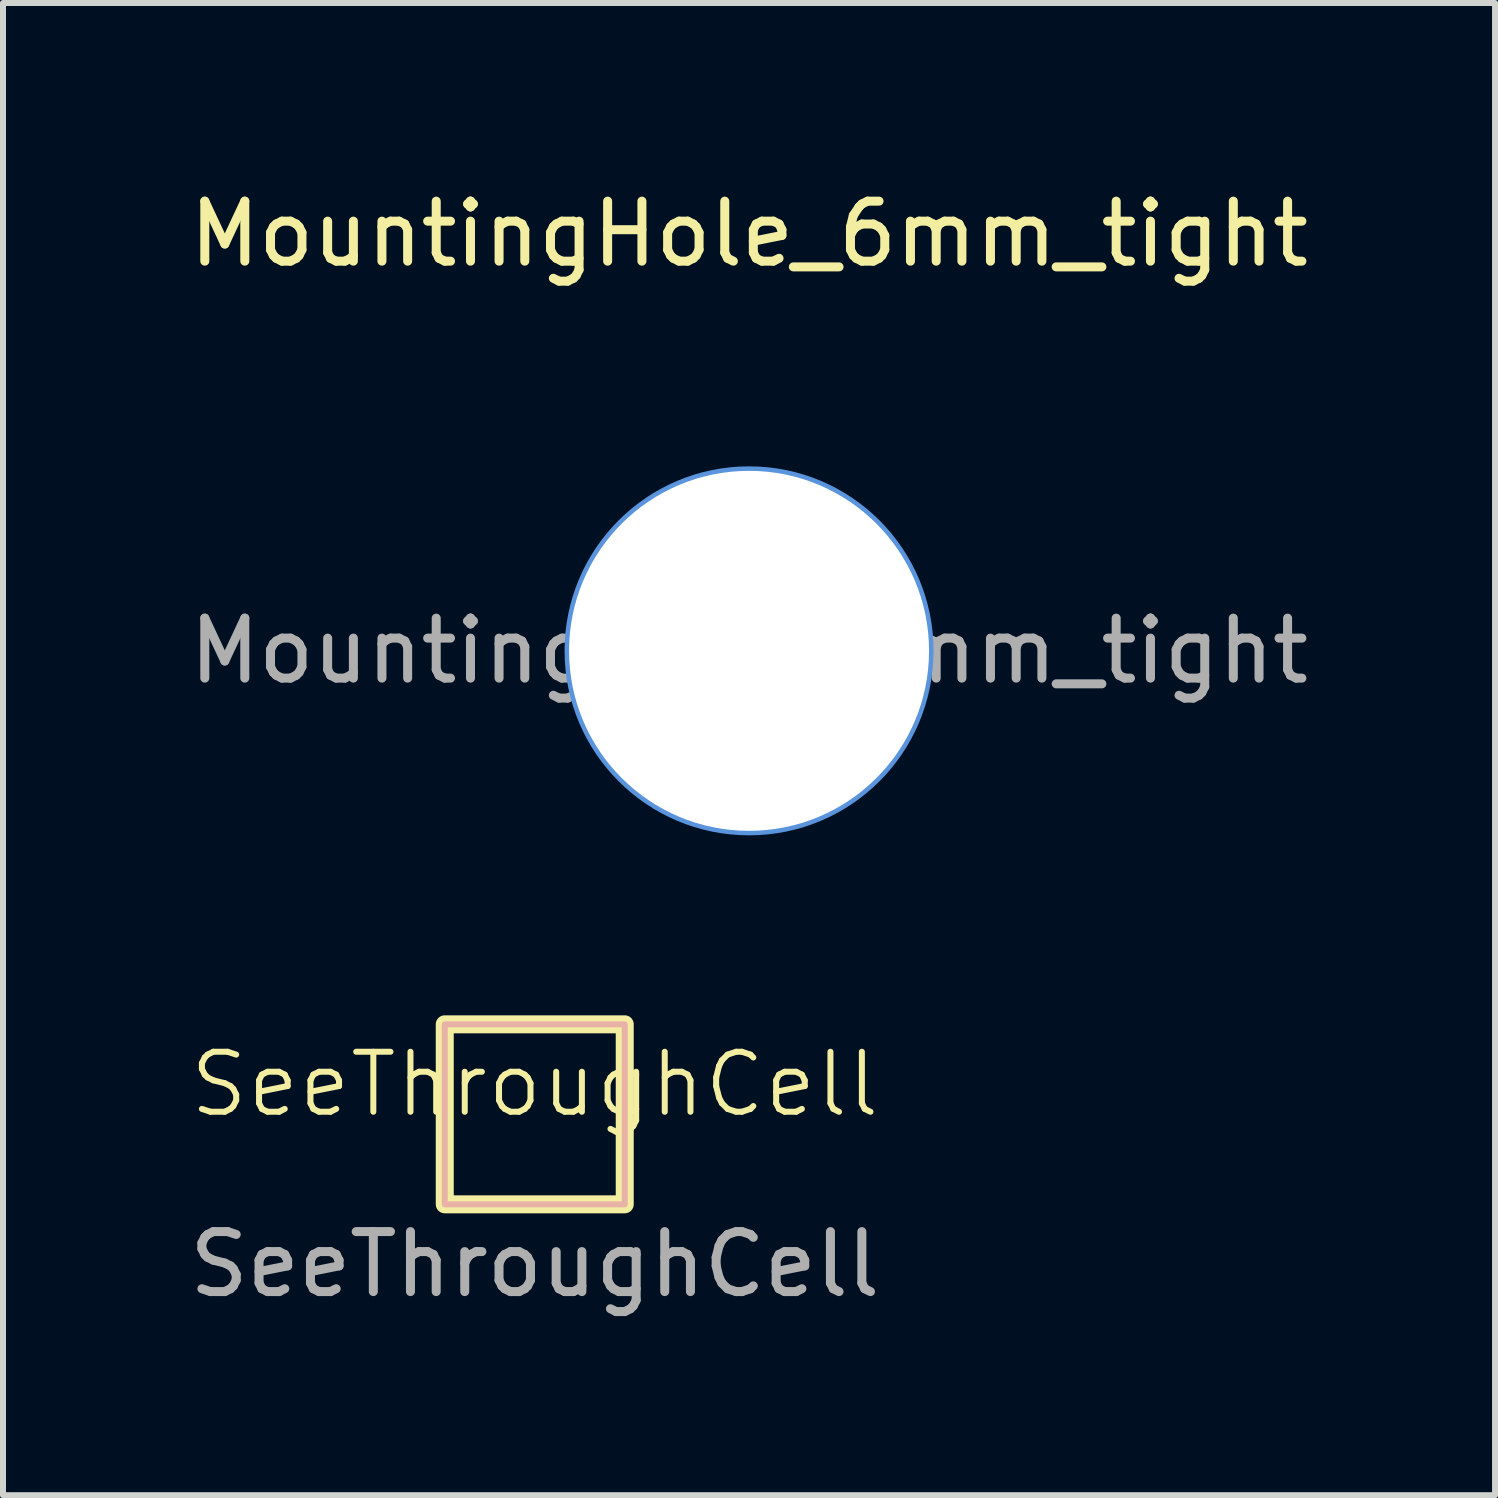
<source format=kicad_pcb>
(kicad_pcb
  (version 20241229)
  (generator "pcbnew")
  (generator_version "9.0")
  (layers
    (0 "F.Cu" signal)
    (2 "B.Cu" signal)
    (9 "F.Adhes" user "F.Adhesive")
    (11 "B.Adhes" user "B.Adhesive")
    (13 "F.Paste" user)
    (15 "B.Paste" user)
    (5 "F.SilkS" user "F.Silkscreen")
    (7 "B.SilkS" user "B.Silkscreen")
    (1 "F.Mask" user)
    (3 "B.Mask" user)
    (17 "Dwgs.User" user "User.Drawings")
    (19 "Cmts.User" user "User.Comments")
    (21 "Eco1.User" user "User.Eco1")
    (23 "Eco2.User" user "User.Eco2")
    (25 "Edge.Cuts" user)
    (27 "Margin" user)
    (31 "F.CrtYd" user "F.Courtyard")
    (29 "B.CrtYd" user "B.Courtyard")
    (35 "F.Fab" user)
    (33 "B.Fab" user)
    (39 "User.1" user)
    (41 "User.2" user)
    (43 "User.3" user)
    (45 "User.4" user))
  (footprint "MountingHole_6mm_tight"
    (layer "F.Cu")
    (at 9.435 7.798)
    (property "Reference" "MountingHole_6mm_tight" (at 0 -6.95 0) (layer "F.SilkS") (effects (font (size 1 1) (thickness 0.15))))
    (attr exclude_from_pos_files exclude_from_bom)
    (fp_circle (center 0 0) (end 3 0) (stroke (width 0.15) (type solid)) (fill no) (layer "Cmts.User"))
    (fp_circle (center 0 0) (end 3 0) (stroke (width 0.05) (type solid)) (fill no) (layer "F.CrtYd"))
    (fp_text user "${REFERENCE}" (at 0 0 0) (layer "F.Fab") (effects (font (size 1 1) (thickness 0.15))))
    (pad "" np_thru_hole circle (at 0 0) (size 6 6) (drill 6) (layers "*.Cu" "*.Mask")))
  (footprint "SeeThroughCell"
    (layer "F.Cu")
    (at 5.863 15.523)
    (property "Reference" "SeeThroughCell" (at 0 -0.5 0) (unlocked yes) (layer "F.SilkS") (effects (font (size 1 1) (thickness 0.1))))
    (attr smd)
    (fp_rect (start -1.35 -1.35) (end 1.35 1.35) (stroke (width 0) (type default)) (fill yes) (layer "F.Mask"))
    (fp_rect (start -1.35 -1.35) (end 1.35 1.35) (stroke (width 0) (type default)) (fill yes) (layer "B.Mask"))
    (fp_rect (start -1.5 -1.5) (end 1.5 1.5) (stroke (width 0.3) (type default)) (fill no) (layer "F.SilkS"))
    (fp_rect (start -1.5 -1.5) (end 1.5 1.5) (stroke (width 0.1) (type default)) (fill no) (layer "B.SilkS"))
    (fp_text user "${REFERENCE}" (at 0 2.5 0) (unlocked yes) (layer "F.Fab") (effects (font (size 1 1) (thickness 0.15)))))
  (gr_rect
    (start -3 -3)
    (end 21.869 21.872)
    (stroke (width 0.1) (type default))
    (fill no)
    (layer "Edge.Cuts")))
</source>
